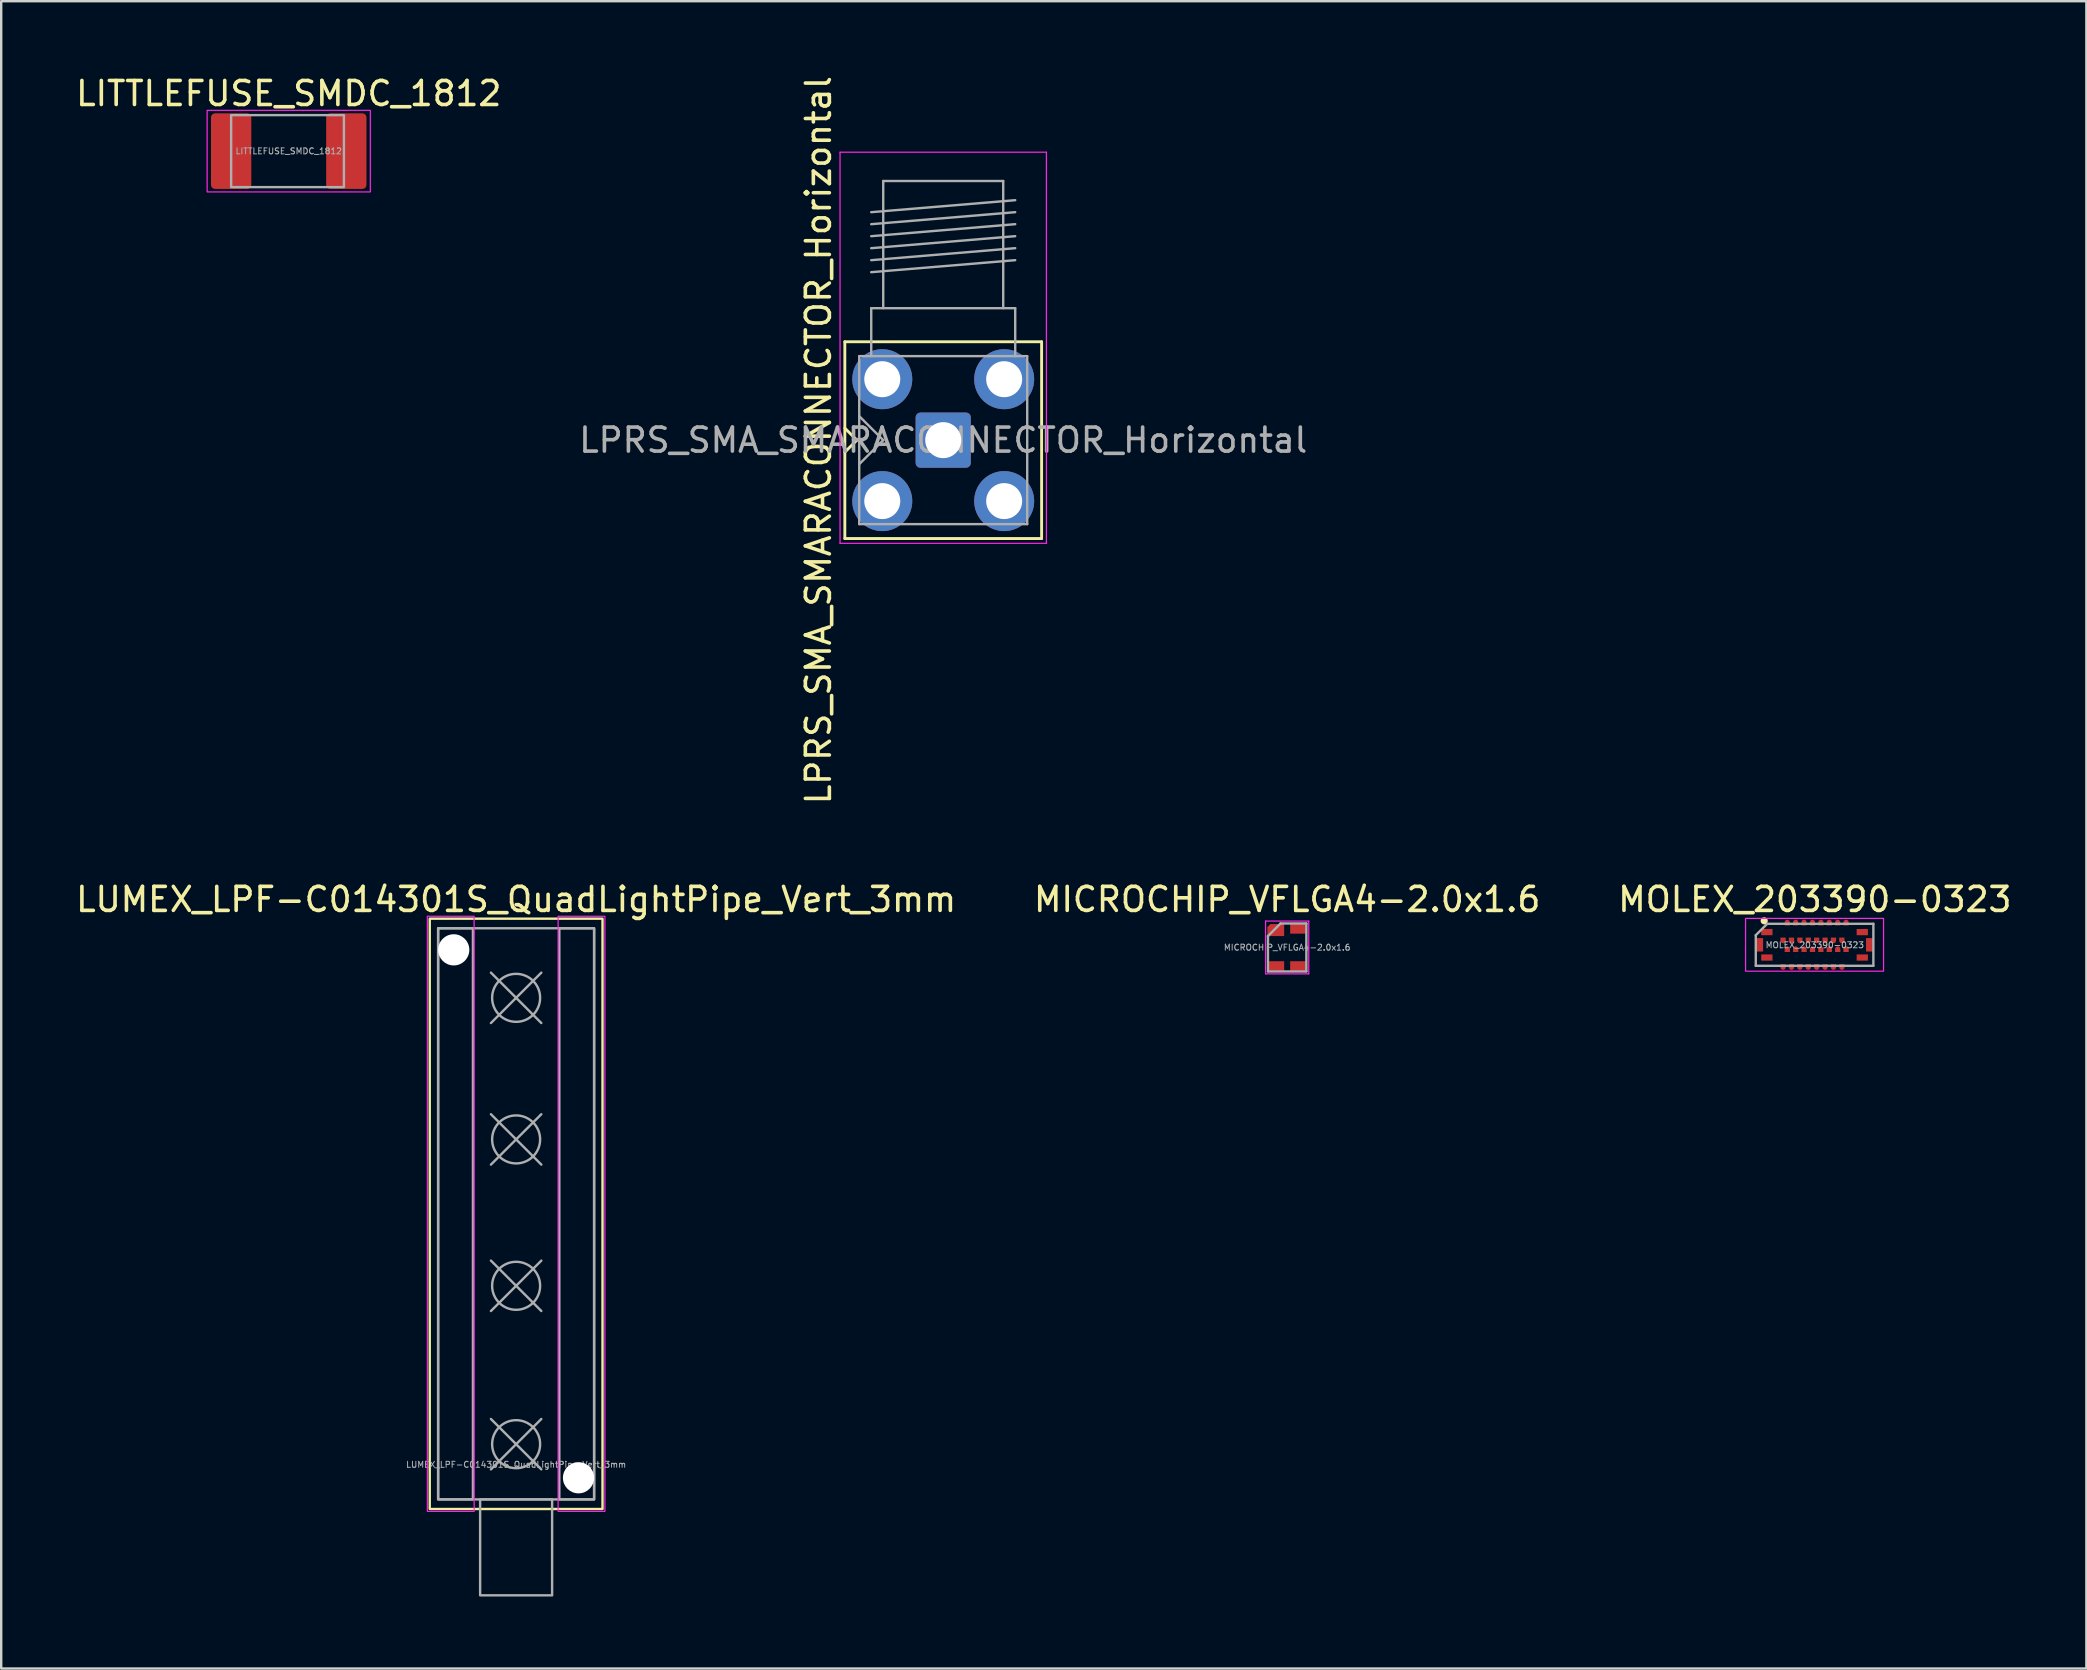
<source format=kicad_pcb>
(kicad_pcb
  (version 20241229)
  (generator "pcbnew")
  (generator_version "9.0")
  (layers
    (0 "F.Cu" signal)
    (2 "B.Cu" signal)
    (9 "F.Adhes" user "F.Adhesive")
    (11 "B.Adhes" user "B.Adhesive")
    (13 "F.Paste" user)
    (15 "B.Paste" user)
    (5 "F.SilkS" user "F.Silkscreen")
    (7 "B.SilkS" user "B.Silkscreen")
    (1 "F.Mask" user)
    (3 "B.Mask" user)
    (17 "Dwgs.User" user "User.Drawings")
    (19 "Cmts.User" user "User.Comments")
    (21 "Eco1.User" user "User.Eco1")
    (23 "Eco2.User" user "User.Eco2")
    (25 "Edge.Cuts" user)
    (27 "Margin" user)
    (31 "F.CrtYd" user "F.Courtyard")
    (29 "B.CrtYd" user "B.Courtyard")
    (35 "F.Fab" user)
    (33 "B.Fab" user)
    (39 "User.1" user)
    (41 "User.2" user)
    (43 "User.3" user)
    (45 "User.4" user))
  (footprint "MOLEX_203390-0323"
    (layer "F.Cu")
    (at 72.567 36.322)
    (property "Reference" "MOLEX_203390-0323" (at 0.01 -1.89 0) (unlocked yes) (layer "F.SilkS") (effects (font (size 1 1) (thickness 0.15))))
    (attr smd)
    (fp_circle (center -2.1 -1) (end -1.95 -1) (stroke (width 0) (type solid)) (fill yes) (layer "F.SilkS"))
    (fp_rect (start -2.175 0.28) (end -2.475 -0.28) (stroke (width 0) (type solid)) (fill yes) (layer "F.Paste"))
    (fp_rect (start 2.175 -0.28) (end 2.475 0.28) (stroke (width 0) (type solid)) (fill yes) (layer "F.Paste"))
    (fp_rect (start 2.875 1.1) (end -2.875 -1.1) (stroke (width 0.05) (type default)) (fill no) (layer "F.CrtYd"))
    (fp_line (start -2.45 -0.4) (end -2.45 0.875) (stroke (width 0.1) (type default)) (layer "F.Fab"))
    (fp_line (start -2.45 0.875) (end 2.45 0.875) (stroke (width 0.1) (type default)) (layer "F.Fab"))
    (fp_line (start -1.975 -0.875) (end -2.45 -0.4) (stroke (width 0.1) (type default)) (layer "F.Fab"))
    (fp_line (start 2.45 -0.875) (end -1.975 -0.875) (stroke (width 0.1) (type default)) (layer "F.Fab"))
    (fp_line (start 2.45 0.875) (end 2.45 -0.875) (stroke (width 0.1) (type default)) (layer "F.Fab"))
    (fp_text user "${REFERENCE}" (at 0.01 0.01 0) (unlocked yes) (layer "F.Fab") (effects (font (size 0.25 0.25) (thickness 0.04))))
    (pad "1" smd roundrect (at -1.312 -0.182) (size 0.22 0.235) (layers "F.Cu" "F.Mask" "F.Paste") (roundrect_rratio 0.5) (chamfer_ratio 0) (chamfer top_left top_right))
    (pad "2" smd roundrect (at -1.137 -0.927 180) (size 0.22 0.235) (layers "F.Cu" "F.Mask" "F.Paste") (roundrect_rratio 0.5) (chamfer_ratio 0) (chamfer top_left top_right))
    (pad "3" smd roundrect (at -0.963 -0.182) (size 0.22 0.235) (layers "F.Cu" "F.Mask" "F.Paste") (roundrect_rratio 0.5) (chamfer_ratio 0) (chamfer top_left top_right))
    (pad "4" smd roundrect (at -0.787 -0.927 180) (size 0.22 0.235) (layers "F.Cu" "F.Mask" "F.Paste") (roundrect_rratio 0.5) (chamfer_ratio 0) (chamfer top_left top_right))
    (pad "5" smd roundrect (at -0.613 -0.182) (size 0.22 0.235) (layers "F.Cu" "F.Mask" "F.Paste") (roundrect_rratio 0.5) (chamfer_ratio 0) (chamfer top_left top_right))
    (pad "6" smd roundrect (at -0.438 -0.927 180) (size 0.22 0.235) (layers "F.Cu" "F.Mask" "F.Paste") (roundrect_rratio 0.5) (chamfer_ratio 0) (chamfer top_left top_right))
    (pad "7" smd roundrect (at -0.263 -0.182) (size 0.22 0.235) (layers "F.Cu" "F.Mask" "F.Paste") (roundrect_rratio 0.5) (chamfer_ratio 0) (chamfer top_left top_right))
    (pad "8" smd roundrect (at -0.087 -0.927 180) (size 0.22 0.235) (layers "F.Cu" "F.Mask" "F.Paste") (roundrect_rratio 0.5) (chamfer_ratio 0) (chamfer top_left top_right))
    (pad "9" smd roundrect (at 0.087 -0.182) (size 0.22 0.235) (layers "F.Cu" "F.Mask" "F.Paste") (roundrect_rratio 0.5) (chamfer_ratio 0) (chamfer top_left top_right))
    (pad "10" smd roundrect (at 0.263 -0.927 180) (size 0.22 0.235) (layers "F.Cu" "F.Mask" "F.Paste") (roundrect_rratio 0.5) (chamfer_ratio 0) (chamfer top_left top_right))
    (pad "11" smd roundrect (at 0.438 -0.182) (size 0.22 0.235) (layers "F.Cu" "F.Mask" "F.Paste") (roundrect_rratio 0.5) (chamfer_ratio 0) (chamfer top_left top_right))
    (pad "12" smd roundrect (at 0.613 -0.927 180) (size 0.22 0.235) (layers "F.Cu" "F.Mask" "F.Paste") (roundrect_rratio 0.5) (chamfer_ratio 0) (chamfer top_left top_right))
    (pad "13" smd roundrect (at 0.787 -0.182) (size 0.22 0.235) (layers "F.Cu" "F.Mask" "F.Paste") (roundrect_rratio 0.5) (chamfer_ratio 0) (chamfer top_left top_right))
    (pad "14" smd roundrect (at 0.963 -0.927 180) (size 0.22 0.235) (layers "F.Cu" "F.Mask" "F.Paste") (roundrect_rratio 0.5) (chamfer_ratio 0) (chamfer top_left top_right))
    (pad "15" smd roundrect (at 1.137 -0.182) (size 0.22 0.235) (layers "F.Cu" "F.Mask" "F.Paste") (roundrect_rratio 0.5) (chamfer_ratio 0) (chamfer top_left top_right))
    (pad "16" smd roundrect (at 1.312 -0.927 180) (size 0.22 0.235) (layers "F.Cu" "F.Mask" "F.Paste") (roundrect_rratio 0.5) (chamfer_ratio 0) (chamfer top_left top_right))
    (pad "17" smd roundrect (at -1.312 0.927) (size 0.22 0.235) (layers "F.Cu" "F.Mask" "F.Paste") (roundrect_rratio 0.5) (chamfer_ratio 0) (chamfer top_left top_right))
    (pad "18" smd roundrect (at -1.137 0.182 180) (size 0.22 0.235) (layers "F.Cu" "F.Mask" "F.Paste") (roundrect_rratio 0.5) (chamfer_ratio 0) (chamfer top_left top_right))
    (pad "19" smd roundrect (at -0.963 0.927) (size 0.22 0.235) (layers "F.Cu" "F.Mask" "F.Paste") (roundrect_rratio 0.5) (chamfer_ratio 0) (chamfer top_left top_right))
    (pad "20" smd roundrect (at -0.787 0.182 180) (size 0.22 0.235) (layers "F.Cu" "F.Mask" "F.Paste") (roundrect_rratio 0.5) (chamfer_ratio 0) (chamfer top_left top_right))
    (pad "21" smd roundrect (at -0.613 0.927) (size 0.22 0.235) (layers "F.Cu" "F.Mask" "F.Paste") (roundrect_rratio 0.5) (chamfer_ratio 0) (chamfer top_left top_right))
    (pad "22" smd roundrect (at -0.438 0.182 180) (size 0.22 0.235) (layers "F.Cu" "F.Mask" "F.Paste") (roundrect_rratio 0.5) (chamfer_ratio 0) (chamfer top_left top_right))
    (pad "23" smd roundrect (at -0.263 0.927) (size 0.22 0.235) (layers "F.Cu" "F.Mask" "F.Paste") (roundrect_rratio 0.5) (chamfer_ratio 0) (chamfer top_left top_right))
    (pad "24" smd roundrect (at -0.087 0.182 180) (size 0.22 0.235) (layers "F.Cu" "F.Mask" "F.Paste") (roundrect_rratio 0.5) (chamfer_ratio 0) (chamfer top_left top_right))
    (pad "25" smd roundrect (at 0.087 0.927) (size 0.22 0.235) (layers "F.Cu" "F.Mask" "F.Paste") (roundrect_rratio 0.5) (chamfer_ratio 0) (chamfer top_left top_right))
    (pad "26" smd roundrect (at 0.263 0.182 180) (size 0.22 0.235) (layers "F.Cu" "F.Mask" "F.Paste") (roundrect_rratio 0.5) (chamfer_ratio 0) (chamfer top_left top_right))
    (pad "27" smd roundrect (at 0.438 0.927) (size 0.22 0.235) (layers "F.Cu" "F.Mask" "F.Paste") (roundrect_rratio 0.5) (chamfer_ratio 0) (chamfer top_left top_right))
    (pad "28" smd roundrect (at 0.613 0.182 180) (size 0.22 0.235) (layers "F.Cu" "F.Mask" "F.Paste") (roundrect_rratio 0.5) (chamfer_ratio 0) (chamfer top_left top_right))
    (pad "29" smd roundrect (at 0.787 0.927) (size 0.22 0.235) (layers "F.Cu" "F.Mask" "F.Paste") (roundrect_rratio 0.5) (chamfer_ratio 0) (chamfer top_left top_right))
    (pad "30" smd roundrect (at 0.963 0.182 180) (size 0.22 0.235) (layers "F.Cu" "F.Mask" "F.Paste") (roundrect_rratio 0.5) (chamfer_ratio 0) (chamfer top_left top_right))
    (pad "31" smd roundrect (at 1.137 0.927) (size 0.22 0.235) (layers "F.Cu" "F.Mask" "F.Paste") (roundrect_rratio 0.5) (chamfer_ratio 0) (chamfer top_left top_right))
    (pad "32" smd roundrect (at 1.312 0.182 180) (size 0.22 0.235) (layers "F.Cu" "F.Mask" "F.Paste") (roundrect_rratio 0.5) (chamfer_ratio 0) (chamfer top_left top_right))
    (pad "MP1" smd rect (at -2.31 0 90) (size 0.56 0.33) (layers "F.Cu" "F.Mask"))
    (pad "MP1" smd rect (at -1.988 -0.53) (size 0.47 0.26) (layers "F.Cu" "F.Mask" "F.Paste"))
    (pad "MP1" smd rect (at -1.988 0.53) (size 0.47 0.26) (layers "F.Cu" "F.Mask" "F.Paste"))
    (pad "MP2" smd rect (at 1.988 -0.53) (size 0.47 0.26) (layers "F.Cu" "F.Mask" "F.Paste"))
    (pad "MP2" smd rect (at 1.988 0.53) (size 0.47 0.26) (layers "F.Cu" "F.Mask" "F.Paste"))
    (pad "MP2" smd rect (at 2.31 0 90) (size 0.56 0.33) (layers "F.Cu" "F.Mask"))
    (zone (net_name "") (layer "F.Cu") (hatch edge 0.508) (connect_pads) (min_thickness 0.254) (filled_areas_thickness no) (keepout (tracks allowed) (vias allowed) (pads not_allowed) (copperpour allowed) (footprints allowed)) (placement (enabled no)) (fill) (polygon (pts (xy 74.087 36.022) (xy 71.047 36.022) (xy 71.047 35.512) (xy 74.087 35.512))))
    (zone (net_name "") (layer "F.Cu") (hatch edge 0.508) (connect_pads) (min_thickness 0.254) (filled_areas_thickness no) (keepout (tracks allowed) (vias allowed) (pads not_allowed) (copperpour allowed) (footprints allowed)) (placement (enabled no)) (fill) (polygon (pts (xy 74.087 36.382) (xy 71.047 36.382) (xy 71.047 36.262) (xy 74.087 36.262))))
    (zone (net_name "") (layer "F.Cu") (hatch edge 0.508) (connect_pads) (min_thickness 0.254) (filled_areas_thickness no) (keepout (tracks allowed) (vias allowed) (pads not_allowed) (copperpour allowed) (footprints allowed)) (placement (enabled no)) (fill) (polygon (pts (xy 74.087 37.132) (xy 71.047 37.132) (xy 71.047 36.622) (xy 74.087 36.622)))))
  (footprint "MICROCHIP_VFLGA4-2.0x1.6"
    (layer "F.Cu")
    (at 50.589 36.432)
    (property "Reference" "MICROCHIP_VFLGA4-2.0x1.6" (at 0 -2 0) (unlocked yes) (layer "F.SilkS") (effects (font (size 1 1) (thickness 0.15))))
    (attr smd)
    (fp_line (start -0.9 -1.1) (end -0.9 0.3) (stroke (width 0.05) (type solid)) (layer "F.CrtYd"))
    (fp_line (start -0.9 0.3) (end -0.9 1.1) (stroke (width 0.05) (type solid)) (layer "F.CrtYd"))
    (fp_line (start -0.9 1.1) (end 0.9 1.1) (stroke (width 0.05) (type solid)) (layer "F.CrtYd"))
    (fp_line (start 0.9 -1.1) (end -0.9 -1.1) (stroke (width 0.05) (type solid)) (layer "F.CrtYd"))
    (fp_line (start 0.9 1.1) (end 0.9 -1.1) (stroke (width 0.05) (type solid)) (layer "F.CrtYd"))
    (fp_line (start -0.8 1) (end -0.8 -0.475) (stroke (width 0.1) (type solid)) (layer "F.Fab"))
    (fp_line (start -0.275 -1) (end -0.8 -0.475) (stroke (width 0.1) (type solid)) (layer "F.Fab"))
    (fp_line (start -0.275 -1) (end 0.8 -1) (stroke (width 0.1) (type solid)) (layer "F.Fab"))
    (fp_line (start 0.8 -1) (end 0.8 1) (stroke (width 0.1) (type solid)) (layer "F.Fab"))
    (fp_line (start 0.8 1) (end -0.8 1) (stroke (width 0.1) (type solid)) (layer "F.Fab"))
    (fp_text user "${REFERENCE}" (at 0 0 0) (layer "F.Fab") (effects (font (size 0.25 0.25) (thickness 0.04))))
    (pad "1" smd custom (at -0.475 -0.725) (size 0.2 0.2) (layers "F.Cu" "F.Mask" "F.Paste") (options (anchor rect)) (primitives (gr_poly (pts (xy 0.35 0.25) (xy -0.35 0.25) (xy -0.35 -0.125) (xy -0.225 -0.25) (xy 0.35 -0.25)) (width 0) (fill yes))))
    (pad "2" smd rect (at -0.475 0.775) (size 0.7 0.4) (layers "F.Cu" "F.Mask" "F.Paste"))
    (pad "3" smd rect (at 0.475 0.775) (size 0.7 0.4) (layers "F.Cu" "F.Mask" "F.Paste"))
    (pad "4" smd rect (at 0.475 -0.775) (size 0.7 0.4) (layers "F.Cu" "F.Mask" "F.Paste")))
  (footprint "LITTLEFUSE_SMDC_1812"
    (layer "F.Cu")
    (at 8.982 3.248)
    (property "Reference" "LITTLEFUSE_SMDC_1812" (at 0 -2.4 0) (unlocked yes) (layer "F.SilkS") (effects (font (size 1 1) (thickness 0.15))))
    (attr smd)
    (fp_rect (start -3.4 1.7) (end 3.4 -1.7) (stroke (width 0.05) (type default)) (fill no) (layer "F.CrtYd"))
    (fp_rect (start -2.4 -1.5) (end 2.3 1.5) (stroke (width 0.1) (type default)) (fill no) (layer "F.Fab"))
    (fp_text user "${REFERENCE}" (at 0 0 0) (unlocked yes) (layer "F.Fab") (effects (font (size 0.25 0.25) (thickness 0.04))))
    (pad "1" smd roundrect (at -2.4 0) (size 1.68 3.15) (layers "F.Cu" "F.Mask" "F.Paste") (roundrect_rratio 0.1))
    (pad "2" smd roundrect (at 2.4 0) (size 1.68 3.15) (layers "F.Cu" "F.Mask" "F.Paste") (roundrect_rratio 0.1)))
  (footprint "LUMEX_LPF-C014301S_QuadLightPipe_Vert_3mm"
    (layer "F.Cu")
    (at 18.458 59.432)
    (property "Reference" "LUMEX_LPF-C014301S_QuadLightPipe_Vert_3mm" (at 0 -25 0) (unlocked yes) (layer "F.SilkS") (effects (font (size 1 1) (thickness 0.15))))
    (attr smd)
    (fp_rect (start -3.6 -24.2) (end 3.6 0.4) (stroke (width 0.1) (type default)) (fill no) (layer "F.SilkS"))
    (fp_rect (start -3.7 -24.3) (end -1.75 0.5) (stroke (width 0.05) (type default)) (fill no) (layer "F.CrtYd"))
    (fp_rect (start 1.75 -24.3) (end 3.7 0.5) (stroke (width 0.05) (type default)) (fill no) (layer "F.CrtYd"))
    (fp_rect (start -3.25 -23.8) (end -1.8 0) (stroke (width 0.1) (type default)) (fill no) (layer "F.Fab"))
    (fp_rect (start -3.25 -23.8) (end 3.25 0) (stroke (width 0.1) (type default)) (fill no) (layer "F.Fab"))
    (fp_rect (start -1.5 0) (end 1.5 4) (stroke (width 0.1) (type default)) (fill no) (layer "F.Fab"))
    (fp_rect (start 1.8 -23.8) (end 3.25 0) (stroke (width 0.1) (type default)) (fill no) (layer "F.Fab"))
    (fp_circle (center 0 -20.9) (end 1 -20.9) (stroke (width 0.1) (type default)) (fill no) (layer "F.Fab"))
    (fp_circle (center 0 -15) (end 1 -15) (stroke (width 0.1) (type default)) (fill no) (layer "F.Fab"))
    (fp_circle (center 0 -8.9) (end 1 -8.9) (stroke (width 0.1) (type default)) (fill no) (layer "F.Fab"))
    (fp_circle (center 0 -2.3) (end 1 -2.3) (stroke (width 0.1) (type default)) (fill no) (layer "F.Fab"))
    (fp_text user "${REFERENCE}" (at 0 -1.45 0) (unlocked yes) (layer "F.Fab") (effects (font (size 0.25 0.25) (thickness 0.04))))
    (dimension (type center) (layer "F.Fab") (pts (xy 18.458 38.532) (xy 19.508 39.582)) (style (thickness 0.1) (arrow_length 1.27) (text_position_mode 0) (extension_offset 0.5) (keep_text_aligned yes)))
    (dimension (type center) (layer "F.Fab") (pts (xy 18.458 44.432) (xy 19.508 45.482)) (style (thickness 0.1) (arrow_length 1.27) (text_position_mode 0) (extension_offset 0.5) (keep_text_aligned yes)))
    (dimension (type center) (layer "F.Fab") (pts (xy 18.458 50.532) (xy 19.508 51.582)) (style (thickness 0.1) (arrow_length 1.27) (text_position_mode 0) (extension_offset 0.5) (keep_text_aligned yes)))
    (dimension (type center) (layer "F.Fab") (pts (xy 18.458 57.132) (xy 19.508 58.182)) (style (thickness 0.1) (arrow_length 1.27) (text_position_mode 0) (extension_offset 0.5) (keep_text_aligned yes)))
    (pad "" np_thru_hole circle (at -2.6 -22.9) (size 1.3 1.3) (drill 1.3) (layers "*.Cu" "*.Mask"))
    (pad "" np_thru_hole circle (at 2.6 -0.9) (size 1.3 1.3) (drill 1.3) (layers "*.Cu" "*.Mask")))
  (footprint "LPRS_SMA_SMARACONNECTOR_Horizontal"
    (layer "F.Cu")
    (at 36.256 15.292)
    (property "Reference" "LPRS_SMA_SMARACONNECTOR_Horizontal" (at -5.2 0 90) (layer "F.SilkS") (effects (font (size 1 1) (thickness 0.15))))
    (attr through_hole)
    (fp_line (start -4.1 -4.1) (end -4.1 4.1) (stroke (width 0.12) (type solid)) (layer "F.SilkS"))
    (fp_line (start -4.1 -4.1) (end 4.1 -4.1) (stroke (width 0.12) (type solid)) (layer "F.SilkS"))
    (fp_line (start -4.1 0.5) (end -3.6 0) (stroke (width 0.12) (type solid)) (layer "F.SilkS"))
    (fp_line (start -4.1 4.1) (end 4.1 4.1) (stroke (width 0.12) (type solid)) (layer "F.SilkS"))
    (fp_line (start -3.6 0) (end -4.1 -0.5) (stroke (width 0.12) (type solid)) (layer "F.SilkS"))
    (fp_line (start 4.1 -4.1) (end 4.1 4.1) (stroke (width 0.12) (type solid)) (layer "F.SilkS"))
    (fp_line (start -4.3 -12) (end -4.3 4.3) (stroke (width 0.05) (type solid)) (layer "F.CrtYd"))
    (fp_line (start -4.3 -12) (end 4.3 -12) (stroke (width 0.05) (type solid)) (layer "F.CrtYd"))
    (fp_line (start 4.3 4.3) (end -4.3 4.3) (stroke (width 0.05) (type solid)) (layer "F.CrtYd"))
    (fp_line (start 4.3 4.3) (end 4.3 -12) (stroke (width 0.05) (type solid)) (layer "F.CrtYd"))
    (fp_line (start -3.5 -3.5) (end -3.5 3.5) (stroke (width 0.1) (type solid)) (layer "F.Fab"))
    (fp_line (start -3.5 -3.5) (end 3.5 -3.5) (stroke (width 0.1) (type solid)) (layer "F.Fab"))
    (fp_line (start -3.5 -1) (end -2.5 0) (stroke (width 0.1) (type solid)) (layer "F.Fab"))
    (fp_line (start -3.5 3.5) (end 3.5 3.5) (stroke (width 0.1) (type solid)) (layer "F.Fab"))
    (fp_line (start -3 -9.5) (end 3 -10) (stroke (width 0.1) (type solid)) (layer "F.Fab"))
    (fp_line (start -3 -9) (end 3 -9.5) (stroke (width 0.1) (type solid)) (layer "F.Fab"))
    (fp_line (start -3 -8.5) (end 3 -9) (stroke (width 0.1) (type solid)) (layer "F.Fab"))
    (fp_line (start -3 -8) (end 3 -8.5) (stroke (width 0.1) (type solid)) (layer "F.Fab"))
    (fp_line (start -3 -7.5) (end 3 -8) (stroke (width 0.1) (type solid)) (layer "F.Fab"))
    (fp_line (start -3 -7) (end 3 -7.5) (stroke (width 0.1) (type solid)) (layer "F.Fab"))
    (fp_line (start -3 -5.5) (end -3 -3.5) (stroke (width 0.1) (type solid)) (layer "F.Fab"))
    (fp_line (start -2.5 -10.8) (end -2.5 -5.5) (stroke (width 0.1) (type solid)) (layer "F.Fab"))
    (fp_line (start -2.5 -10.8) (end 2.5 -10.8) (stroke (width 0.1) (type solid)) (layer "F.Fab"))
    (fp_line (start -2.5 0) (end -3.5 1) (stroke (width 0.1) (type solid)) (layer "F.Fab"))
    (fp_line (start 2.5 -10.8) (end 2.5 -5.5) (stroke (width 0.1) (type solid)) (layer "F.Fab"))
    (fp_line (start 3 -5.5) (end -3 -5.5) (stroke (width 0.1) (type solid)) (layer "F.Fab"))
    (fp_line (start 3 -5.5) (end 3 -3.5) (stroke (width 0.1) (type solid)) (layer "F.Fab"))
    (fp_line (start 3.5 -3.5) (end 3.5 3.5) (stroke (width 0.1) (type solid)) (layer "F.Fab"))
    (fp_text user "${REFERENCE}" (at 0 0 0) (layer "F.Fab") (effects (font (size 1 1) (thickness 0.15))))
    (pad "1" thru_hole roundrect (at 0 0) (size 2.3 2.3) (drill 1.5) (layers "*.Cu" "*.Mask") (remove_unused_layers yes) (keep_end_layers yes) (zone_layer_connections) (roundrect_rratio 0.087))
    (pad "2" thru_hole circle (at -2.54 -2.54) (size 2.5 2.5) (drill 1.5) (layers "*.Cu" "*.Mask") (remove_unused_layers yes) (keep_end_layers yes) (zone_layer_connections))
    (pad "2" thru_hole circle (at -2.54 2.54) (size 2.5 2.5) (drill 1.5) (layers "*.Cu" "*.Mask") (remove_unused_layers yes) (keep_end_layers yes) (zone_layer_connections))
    (pad "2" thru_hole circle (at 2.54 -2.54) (size 2.5 2.5) (drill 1.5) (layers "*.Cu" "*.Mask") (remove_unused_layers yes) (keep_end_layers yes) (zone_layer_connections))
    (pad "2" thru_hole circle (at 2.54 2.54) (size 2.5 2.5) (drill 1.5) (layers "*.Cu" "*.Mask") (remove_unused_layers yes) (keep_end_layers yes) (zone_layer_connections)))
  (gr_rect
    (start -3 -3)
    (end 83.893 66.482)
    (stroke (width 0.1) (type default))
    (fill no)
    (layer "Edge.Cuts")))
</source>
